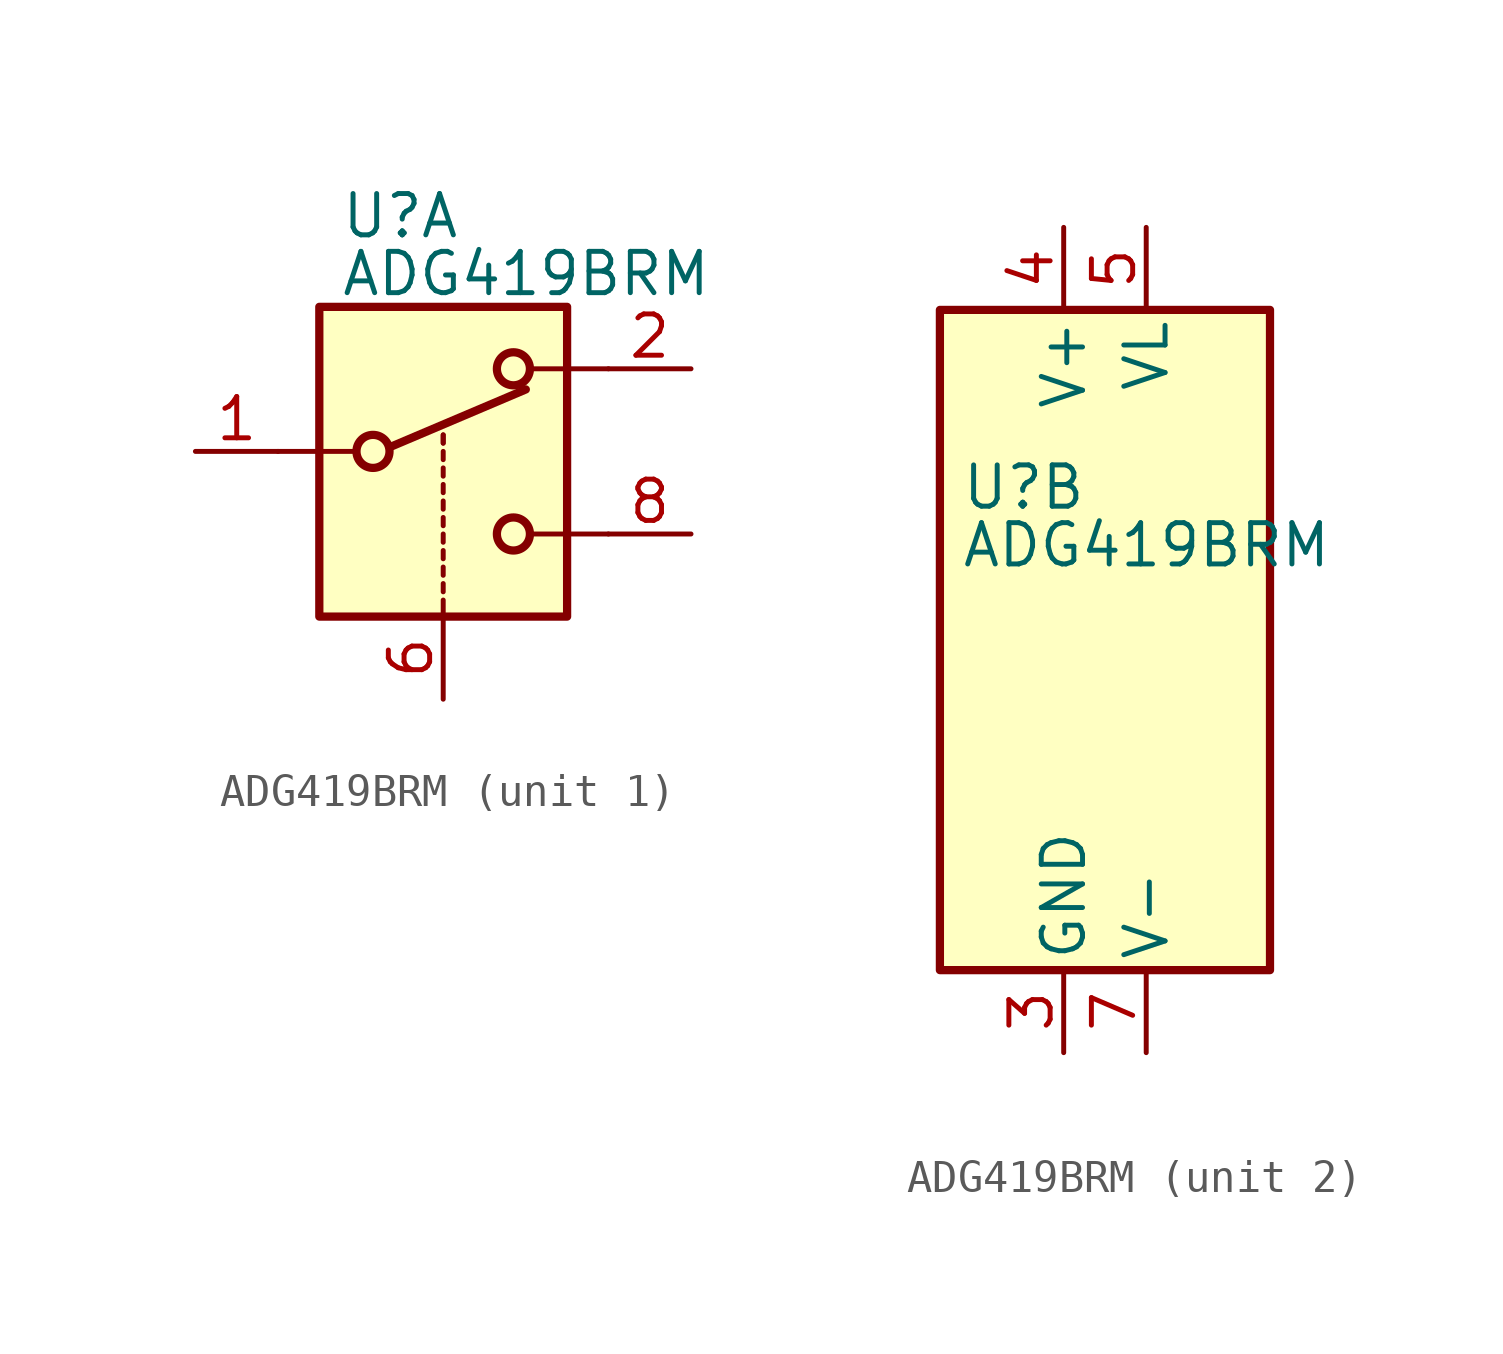
<source format=kicad_sym>
(kicad_symbol_lib
  (version 20201005)
  (generator kicad_symbol_editor)
  (symbol "ADG419BRM"
    (pin_names
      (offset 0.254))
    (property "Reference" "U"
      (at -3.175 4.699 0)
      (effects (font (size 1.27 1.27)) (justify left)))
    (property "Value" "ADG419BRM"
      (at -3.175 2.921 0)
      (effects (font (size 1.27 1.27)) (justify left)))
    (symbol "ADG419BRM_1_1"
      (circle (center -2.159 -2.54) (radius 0.508) (stroke (width 0.254)) (fill (type none)))
      (circle (center 2.159 -5.08) (radius 0.508) (stroke (width 0.254)) (fill (type none)))
      (circle (center 2.159 0) (radius 0.508) (stroke (width 0.254)) (fill (type none)))
      (rectangle (start -3.81 1.905) (end 3.81 -7.62) (stroke (width 0.254)) (fill (type background)))
      (polyline (pts (xy -5.08 -2.54) (xy -2.794 -2.54)) (stroke (width 0)) (fill (type none)))
      (polyline (pts (xy -1.651 -2.413) (xy 2.54 -0.635)) (stroke (width 0.254)) (fill (type none)))
      (polyline (pts (xy 0 -7.62) (xy 0 -7.112)) (stroke (width 0)) (fill (type none)))
      (polyline (pts (xy 0 -6.858) (xy 0 -6.604)) (stroke (width 0)) (fill (type none)))
      (polyline (pts (xy 0 -6.35) (xy 0 -6.096)) (stroke (width 0)) (fill (type none)))
      (polyline (pts (xy 0 -5.842) (xy 0 -5.588)) (stroke (width 0)) (fill (type none)))
      (polyline (pts (xy 0 -5.334) (xy 0 -5.08)) (stroke (width 0)) (fill (type none)))
      (polyline (pts (xy 0 -4.826) (xy 0 -4.572)) (stroke (width 0)) (fill (type none)))
      (polyline (pts (xy 0 -4.318) (xy 0 -4.064)) (stroke (width 0)) (fill (type none)))
      (polyline (pts (xy 0 -3.81) (xy 0 -3.556)) (stroke (width 0)) (fill (type none)))
      (polyline (pts (xy 0 -3.302) (xy 0 -3.048)) (stroke (width 0)) (fill (type none)))
      (polyline (pts (xy 0 -2.794) (xy 0 -2.54)) (stroke (width 0)) (fill (type none)))
      (polyline (pts (xy 0 -2.286) (xy 0 -2.032)) (stroke (width 0)) (fill (type none)))
      (polyline (pts (xy 0 -2.286) (xy 0 -2.032)) (stroke (width 0)) (fill (type none)))
      (polyline (pts (xy 5.08 -5.08) (xy 2.794 -5.08)) (stroke (width 0)) (fill (type none)))
      (polyline (pts (xy 5.08 0) (xy 2.794 0)) (stroke (width 0)) (fill (type none)))
      (pin passive line (at -7.62 -2.54 0) (length 2.54) (name "~" (effects (font (size 1.27 1.27)))) (number "1" (effects (font (size 1.27 1.27)))))
      (pin passive line (at 7.62 0 180) (length 2.54) (name "~" (effects (font (size 1.27 1.27)))) (number "2" (effects (font (size 1.27 1.27)))))
      (pin input line (at 0 -10.16 90) (length 2.54) (name "~" (effects (font (size 1.27 1.27)))) (number "6" (effects (font (size 1.27 1.27)))))
      (pin passive line (at 7.62 -5.08 180) (length 2.54) (name "~" (effects (font (size 1.27 1.27)))) (number "8" (effects (font (size 1.27 1.27))))))
    (symbol "ADG419BRM_2_0"
      (pin power_in line (at 0 -12.7 90) (length 2.54) (name "GND" (effects (font (size 1.27 1.27)))) (number "3" (effects (font (size 1.27 1.27)))))
      (pin power_in line (at 0 12.7 270) (length 2.54) (name "V+" (effects (font (size 1.27 1.27)))) (number "4" (effects (font (size 1.27 1.27)))))
      (pin power_in line (at 2.54 12.7 270) (length 2.54) (name "VL" (effects (font (size 1.27 1.27)))) (number "5" (effects (font (size 1.27 1.27)))))
      (pin power_in line (at 2.54 -12.7 90) (length 2.54) (name "V-" (effects (font (size 1.27 1.27)))) (number "7" (effects (font (size 1.27 1.27))))))
    (symbol "ADG419BRM_2_1"
      (rectangle (start -3.81 10.16) (end 6.35 -10.16) (stroke (width 0.254)) (fill (type background))))))
</source>
